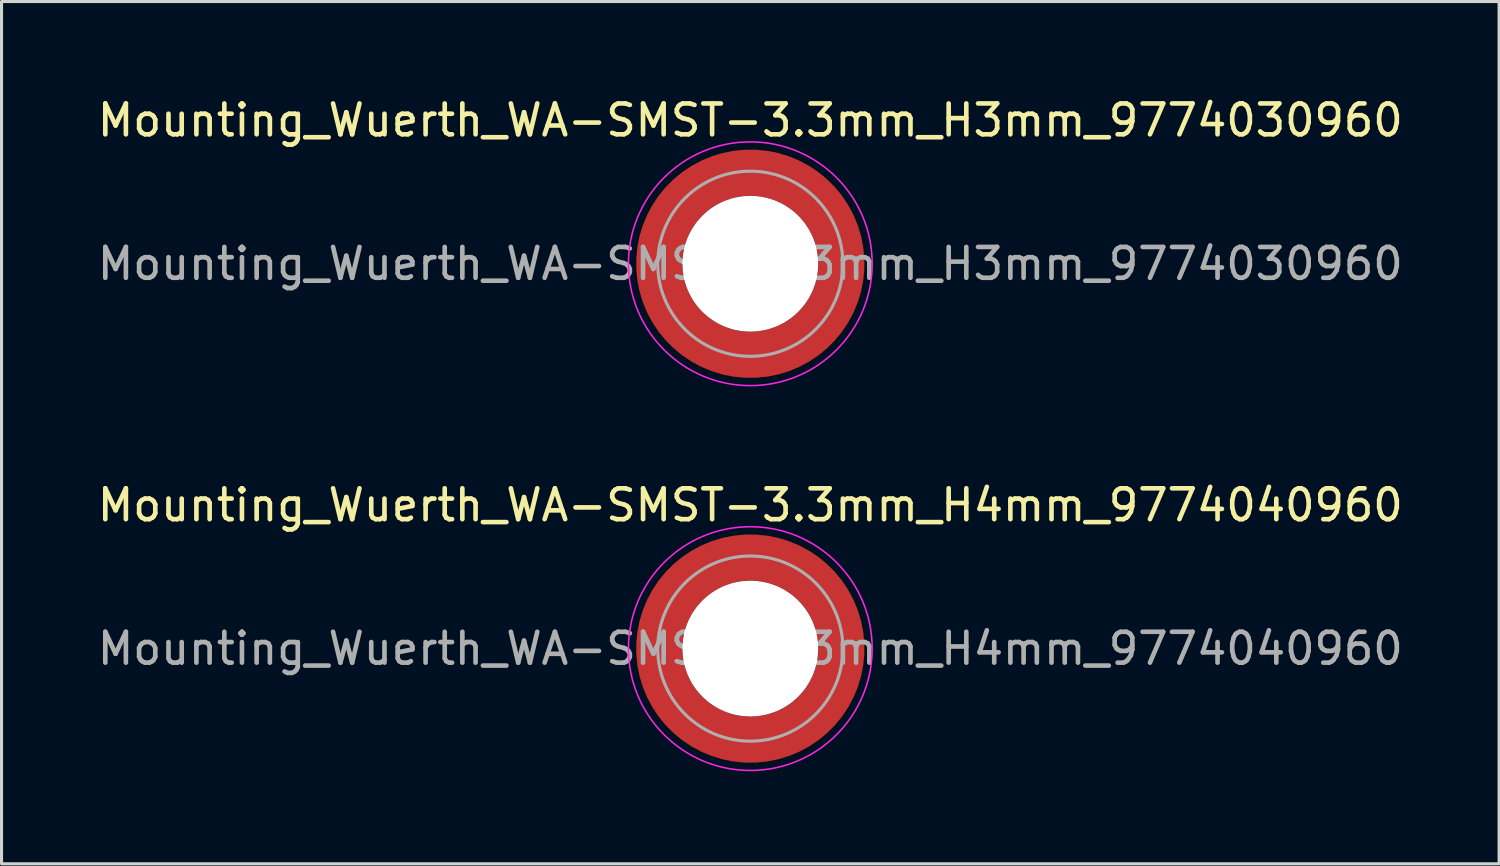
<source format=kicad_pcb>
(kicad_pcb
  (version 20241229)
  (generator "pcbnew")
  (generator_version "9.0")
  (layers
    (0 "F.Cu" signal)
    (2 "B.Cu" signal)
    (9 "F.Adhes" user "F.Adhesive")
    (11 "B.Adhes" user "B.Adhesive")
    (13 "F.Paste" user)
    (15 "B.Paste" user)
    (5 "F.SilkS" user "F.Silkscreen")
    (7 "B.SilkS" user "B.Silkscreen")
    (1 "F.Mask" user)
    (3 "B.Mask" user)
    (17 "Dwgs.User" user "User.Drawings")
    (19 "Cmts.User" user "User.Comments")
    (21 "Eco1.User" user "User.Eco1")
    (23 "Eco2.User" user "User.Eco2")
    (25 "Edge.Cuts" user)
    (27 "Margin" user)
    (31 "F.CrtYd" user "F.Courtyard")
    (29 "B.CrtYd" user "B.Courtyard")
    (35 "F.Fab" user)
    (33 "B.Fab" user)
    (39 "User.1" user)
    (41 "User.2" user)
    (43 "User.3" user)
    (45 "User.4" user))
  (footprint "Mounting_Wuerth_WA-SMST-3.3mm_H4mm_9774040960"
    (layer "F.Cu")
    (at 21.268 17.971)
    (property "Reference" "Mounting_Wuerth_WA-SMST-3.3mm_H4mm_9774040960" (at 0 -4.65 0) (layer "F.SilkS") (effects (font (size 1 1) (thickness 0.15))))
    (attr smd)
    (fp_circle (center 0 0) (end 3.95 0) (stroke (width 0.05) (type solid)) (fill no) (layer "F.CrtYd"))
    (fp_circle (center 0 0) (end 3 0) (stroke (width 0.1) (type solid)) (fill no) (layer "F.Fab"))
    (fp_text user "${REFERENCE}" (at 0 0 0) (layer "F.Fab") (effects (font (size 1 1) (thickness 0.15))))
    (pad "" smd custom (at -2.058 -2.058) (size 0.7 0.7) (layers "F.Paste") (options (anchor circle)) (primitives (gr_arc (start -0.377294 1.707681) (mid 0.318198 0.318198) (end 1.707681 -0.377294) (width 0.2)) (gr_arc (start -0.478281 1.707681) (mid 0.247487 0.247487) (end 1.707681 -0.478281) (width 0.2)) (gr_arc (start -0.579192 1.707681) (mid 0.176777 0.176777) (end 1.707681 -0.579192) (width 0.2)) (gr_arc (start -0.680037 1.707681) (mid 0.106066 0.106066) (end 1.707681 -0.680037) (width 0.2)) (gr_arc (start -0.780822 1.707681) (mid 0.035356 0.035356) (end 1.707681 -0.780822) (width 0.2)) (gr_arc (start -0.881554 1.707681) (mid -0.035355 -0.035355) (end 1.707681 -0.881554) (width 0.2)) (gr_arc (start -0.982237 1.707681) (mid -0.106066 -0.106066) (end 1.707681 -0.982237) (width 0.2)) (gr_arc (start -1.082877 1.707681) (mid -0.176777 -0.176777) (end 1.707681 -1.082877) (width 0.2)) (gr_arc (start -1.183476 1.707681) (mid -0.247487 -0.247487) (end 1.707681 -1.183476) (width 0.2)) (gr_arc (start -1.28404 1.707681) (mid -0.318198 -0.318198) (end 1.707681 -1.28404) (width 0.2)) (gr_line (start 1.708 -0.377) (end 1.708 -1.284) (width 0.2)) (gr_line (start -0.377 1.708) (end -1.284 1.708) (width 0.2))))
    (pad "" smd custom (at -2.058 2.058) (size 0.7 0.7) (layers "F.Paste") (options (anchor circle)) (primitives (gr_arc (start 1.707681 0.377294) (mid 0.318198 -0.318198) (end -0.377294 -1.707681) (width 0.2)) (gr_arc (start 1.707681 0.478281) (mid 0.247487 -0.247487) (end -0.478281 -1.707681) (width 0.2)) (gr_arc (start 1.707681 0.579192) (mid 0.176777 -0.176777) (end -0.579192 -1.707681) (width 0.2)) (gr_arc (start 1.707681 0.680037) (mid 0.106066 -0.106066) (end -0.680037 -1.707681) (width 0.2)) (gr_arc (start 1.707681 0.780822) (mid 0.035356 -0.035356) (end -0.780822 -1.707681) (width 0.2)) (gr_arc (start 1.707681 0.881554) (mid -0.035355 0.035355) (end -0.881554 -1.707681) (width 0.2)) (gr_arc (start 1.707681 0.982237) (mid -0.106066 0.106066) (end -0.982237 -1.707681) (width 0.2)) (gr_arc (start 1.707681 1.082877) (mid -0.176777 0.176777) (end -1.082877 -1.707681) (width 0.2)) (gr_arc (start 1.707681 1.183476) (mid -0.247487 0.247487) (end -1.183476 -1.707681) (width 0.2)) (gr_arc (start 1.707681 1.28404) (mid -0.318198 0.318198) (end -1.28404 -1.707681) (width 0.2)) (gr_line (start -0.377 -1.708) (end -1.284 -1.708) (width 0.2)) (gr_line (start 1.708 0.377) (end 1.708 1.284) (width 0.2))))
    (pad "" np_thru_hole circle (at 0 0) (size 4.4 4.4) (drill 4.4) (layers "*.Cu" "*.Mask"))
    (pad "" smd custom (at 2.058 -2.058) (size 0.7 0.7) (layers "F.Paste") (options (anchor circle)) (primitives (gr_arc (start -1.707681 -0.377294) (mid -0.318198 0.318198) (end 0.377294 1.707681) (width 0.2)) (gr_arc (start -1.707681 -0.478281) (mid -0.247487 0.247487) (end 0.478281 1.707681) (width 0.2)) (gr_arc (start -1.707681 -0.579192) (mid -0.176777 0.176777) (end 0.579192 1.707681) (width 0.2)) (gr_arc (start -1.707681 -0.680037) (mid -0.106066 0.106066) (end 0.680037 1.707681) (width 0.2)) (gr_arc (start -1.707681 -0.780822) (mid -0.035356 0.035356) (end 0.780822 1.707681) (width 0.2)) (gr_arc (start -1.707681 -0.881554) (mid 0.035355 -0.035355) (end 0.881554 1.707681) (width 0.2)) (gr_arc (start -1.707681 -0.982237) (mid 0.106066 -0.106066) (end 0.982237 1.707681) (width 0.2)) (gr_arc (start -1.707681 -1.082877) (mid 0.176777 -0.176777) (end 1.082877 1.707681) (width 0.2)) (gr_arc (start -1.707681 -1.183476) (mid 0.247487 -0.247487) (end 1.183476 1.707681) (width 0.2)) (gr_arc (start -1.707681 -1.28404) (mid 0.318198 -0.318198) (end 1.28404 1.707681) (width 0.2)) (gr_line (start 0.377 1.708) (end 1.284 1.708) (width 0.2)) (gr_line (start -1.708 -0.377) (end -1.708 -1.284) (width 0.2))))
    (pad "" smd custom (at 2.058 2.058) (size 0.7 0.7) (layers "F.Paste") (options (anchor circle)) (primitives (gr_arc (start 0.377294 -1.707681) (mid -0.318198 -0.318198) (end -1.707681 0.377294) (width 0.2)) (gr_arc (start 0.478281 -1.707681) (mid -0.247487 -0.247487) (end -1.707681 0.478281) (width 0.2)) (gr_arc (start 0.579192 -1.707681) (mid -0.176777 -0.176777) (end -1.707681 0.579192) (width 0.2)) (gr_arc (start 0.680037 -1.707681) (mid -0.106066 -0.106066) (end -1.707681 0.680037) (width 0.2)) (gr_arc (start 0.780822 -1.707681) (mid -0.035356 -0.035356) (end -1.707681 0.780822) (width 0.2)) (gr_arc (start 0.881554 -1.707681) (mid 0.035355 0.035355) (end -1.707681 0.881554) (width 0.2)) (gr_arc (start 0.982237 -1.707681) (mid 0.106066 0.106066) (end -1.707681 0.982237) (width 0.2)) (gr_arc (start 1.082877 -1.707681) (mid 0.176777 0.176777) (end -1.707681 1.082877) (width 0.2)) (gr_arc (start 1.183476 -1.707681) (mid 0.247487 0.247487) (end -1.707681 1.183476) (width 0.2)) (gr_arc (start 1.28404 -1.707681) (mid 0.318198 0.318198) (end -1.707681 1.28404) (width 0.2)) (gr_line (start -1.708 0.377) (end -1.708 1.284) (width 0.2)) (gr_line (start 0.377 -1.708) (end 1.284 -1.708) (width 0.2))))
    (pad "1" smd circle (at -2.95 0) (size 1.1 1.1) (layers "F.Cu"))
    (pad "1" smd circle (at 0 -2.95) (size 1.1 1.1) (layers "F.Cu"))
    (pad "1" smd circle (at 0 2.95) (size 1.1 1.1) (layers "F.Cu"))
    (pad "1" smd custom (at 2.95 0) (size 1.1 1.1) (layers "F.Cu" "F.Mask") (options (anchor circle)) (primitives (gr_circle (center -2.95 0) (end 0 0) (width 1.5) (fill no)))))
  (footprint "Mounting_Wuerth_WA-SMST-3.3mm_H3mm_9774030960"
    (layer "F.Cu")
    (at 21.268 5.498)
    (property "Reference" "Mounting_Wuerth_WA-SMST-3.3mm_H3mm_9774030960" (at 0 -4.65 0) (layer "F.SilkS") (effects (font (size 1 1) (thickness 0.15))))
    (attr smd)
    (fp_circle (center 0 0) (end 3.95 0) (stroke (width 0.05) (type solid)) (fill no) (layer "F.CrtYd"))
    (fp_circle (center 0 0) (end 3 0) (stroke (width 0.1) (type solid)) (fill no) (layer "F.Fab"))
    (fp_text user "${REFERENCE}" (at 0 0 0) (layer "F.Fab") (effects (font (size 1 1) (thickness 0.15))))
    (pad "" smd custom (at -2.058 -2.058) (size 0.7 0.7) (layers "F.Paste") (options (anchor circle)) (primitives (gr_arc (start -0.377294 1.707681) (mid 0.318198 0.318198) (end 1.707681 -0.377294) (width 0.2)) (gr_arc (start -0.478281 1.707681) (mid 0.247487 0.247487) (end 1.707681 -0.478281) (width 0.2)) (gr_arc (start -0.579192 1.707681) (mid 0.176777 0.176777) (end 1.707681 -0.579192) (width 0.2)) (gr_arc (start -0.680037 1.707681) (mid 0.106066 0.106066) (end 1.707681 -0.680037) (width 0.2)) (gr_arc (start -0.780822 1.707681) (mid 0.035356 0.035356) (end 1.707681 -0.780822) (width 0.2)) (gr_arc (start -0.881554 1.707681) (mid -0.035355 -0.035355) (end 1.707681 -0.881554) (width 0.2)) (gr_arc (start -0.982237 1.707681) (mid -0.106066 -0.106066) (end 1.707681 -0.982237) (width 0.2)) (gr_arc (start -1.082877 1.707681) (mid -0.176777 -0.176777) (end 1.707681 -1.082877) (width 0.2)) (gr_arc (start -1.183476 1.707681) (mid -0.247487 -0.247487) (end 1.707681 -1.183476) (width 0.2)) (gr_arc (start -1.28404 1.707681) (mid -0.318198 -0.318198) (end 1.707681 -1.28404) (width 0.2)) (gr_line (start 1.708 -0.377) (end 1.708 -1.284) (width 0.2)) (gr_line (start -0.377 1.708) (end -1.284 1.708) (width 0.2))))
    (pad "" smd custom (at -2.058 2.058) (size 0.7 0.7) (layers "F.Paste") (options (anchor circle)) (primitives (gr_arc (start 1.707681 0.377294) (mid 0.318198 -0.318198) (end -0.377294 -1.707681) (width 0.2)) (gr_arc (start 1.707681 0.478281) (mid 0.247487 -0.247487) (end -0.478281 -1.707681) (width 0.2)) (gr_arc (start 1.707681 0.579192) (mid 0.176777 -0.176777) (end -0.579192 -1.707681) (width 0.2)) (gr_arc (start 1.707681 0.680037) (mid 0.106066 -0.106066) (end -0.680037 -1.707681) (width 0.2)) (gr_arc (start 1.707681 0.780822) (mid 0.035356 -0.035356) (end -0.780822 -1.707681) (width 0.2)) (gr_arc (start 1.707681 0.881554) (mid -0.035355 0.035355) (end -0.881554 -1.707681) (width 0.2)) (gr_arc (start 1.707681 0.982237) (mid -0.106066 0.106066) (end -0.982237 -1.707681) (width 0.2)) (gr_arc (start 1.707681 1.082877) (mid -0.176777 0.176777) (end -1.082877 -1.707681) (width 0.2)) (gr_arc (start 1.707681 1.183476) (mid -0.247487 0.247487) (end -1.183476 -1.707681) (width 0.2)) (gr_arc (start 1.707681 1.28404) (mid -0.318198 0.318198) (end -1.28404 -1.707681) (width 0.2)) (gr_line (start -0.377 -1.708) (end -1.284 -1.708) (width 0.2)) (gr_line (start 1.708 0.377) (end 1.708 1.284) (width 0.2))))
    (pad "" np_thru_hole circle (at 0 0) (size 4.4 4.4) (drill 4.4) (layers "*.Cu" "*.Mask"))
    (pad "" smd custom (at 2.058 -2.058) (size 0.7 0.7) (layers "F.Paste") (options (anchor circle)) (primitives (gr_arc (start -1.707681 -0.377294) (mid -0.318198 0.318198) (end 0.377294 1.707681) (width 0.2)) (gr_arc (start -1.707681 -0.478281) (mid -0.247487 0.247487) (end 0.478281 1.707681) (width 0.2)) (gr_arc (start -1.707681 -0.579192) (mid -0.176777 0.176777) (end 0.579192 1.707681) (width 0.2)) (gr_arc (start -1.707681 -0.680037) (mid -0.106066 0.106066) (end 0.680037 1.707681) (width 0.2)) (gr_arc (start -1.707681 -0.780822) (mid -0.035356 0.035356) (end 0.780822 1.707681) (width 0.2)) (gr_arc (start -1.707681 -0.881554) (mid 0.035355 -0.035355) (end 0.881554 1.707681) (width 0.2)) (gr_arc (start -1.707681 -0.982237) (mid 0.106066 -0.106066) (end 0.982237 1.707681) (width 0.2)) (gr_arc (start -1.707681 -1.082877) (mid 0.176777 -0.176777) (end 1.082877 1.707681) (width 0.2)) (gr_arc (start -1.707681 -1.183476) (mid 0.247487 -0.247487) (end 1.183476 1.707681) (width 0.2)) (gr_arc (start -1.707681 -1.28404) (mid 0.318198 -0.318198) (end 1.28404 1.707681) (width 0.2)) (gr_line (start 0.377 1.708) (end 1.284 1.708) (width 0.2)) (gr_line (start -1.708 -0.377) (end -1.708 -1.284) (width 0.2))))
    (pad "" smd custom (at 2.058 2.058) (size 0.7 0.7) (layers "F.Paste") (options (anchor circle)) (primitives (gr_arc (start 0.377294 -1.707681) (mid -0.318198 -0.318198) (end -1.707681 0.377294) (width 0.2)) (gr_arc (start 0.478281 -1.707681) (mid -0.247487 -0.247487) (end -1.707681 0.478281) (width 0.2)) (gr_arc (start 0.579192 -1.707681) (mid -0.176777 -0.176777) (end -1.707681 0.579192) (width 0.2)) (gr_arc (start 0.680037 -1.707681) (mid -0.106066 -0.106066) (end -1.707681 0.680037) (width 0.2)) (gr_arc (start 0.780822 -1.707681) (mid -0.035356 -0.035356) (end -1.707681 0.780822) (width 0.2)) (gr_arc (start 0.881554 -1.707681) (mid 0.035355 0.035355) (end -1.707681 0.881554) (width 0.2)) (gr_arc (start 0.982237 -1.707681) (mid 0.106066 0.106066) (end -1.707681 0.982237) (width 0.2)) (gr_arc (start 1.082877 -1.707681) (mid 0.176777 0.176777) (end -1.707681 1.082877) (width 0.2)) (gr_arc (start 1.183476 -1.707681) (mid 0.247487 0.247487) (end -1.707681 1.183476) (width 0.2)) (gr_arc (start 1.28404 -1.707681) (mid 0.318198 0.318198) (end -1.707681 1.28404) (width 0.2)) (gr_line (start -1.708 0.377) (end -1.708 1.284) (width 0.2)) (gr_line (start 0.377 -1.708) (end 1.284 -1.708) (width 0.2))))
    (pad "1" smd circle (at -2.95 0) (size 1.1 1.1) (layers "F.Cu"))
    (pad "1" smd circle (at 0 -2.95) (size 1.1 1.1) (layers "F.Cu"))
    (pad "1" smd circle (at 0 2.95) (size 1.1 1.1) (layers "F.Cu"))
    (pad "1" smd custom (at 2.95 0) (size 1.1 1.1) (layers "F.Cu" "F.Mask") (options (anchor circle)) (primitives (gr_circle (center -2.95 0) (end 0 0) (width 1.5) (fill no)))))
  (gr_rect
    (start -3 -3)
    (end 45.536 24.947)
    (stroke (width 0.1) (type default))
    (fill no)
    (layer "Edge.Cuts")))
</source>
